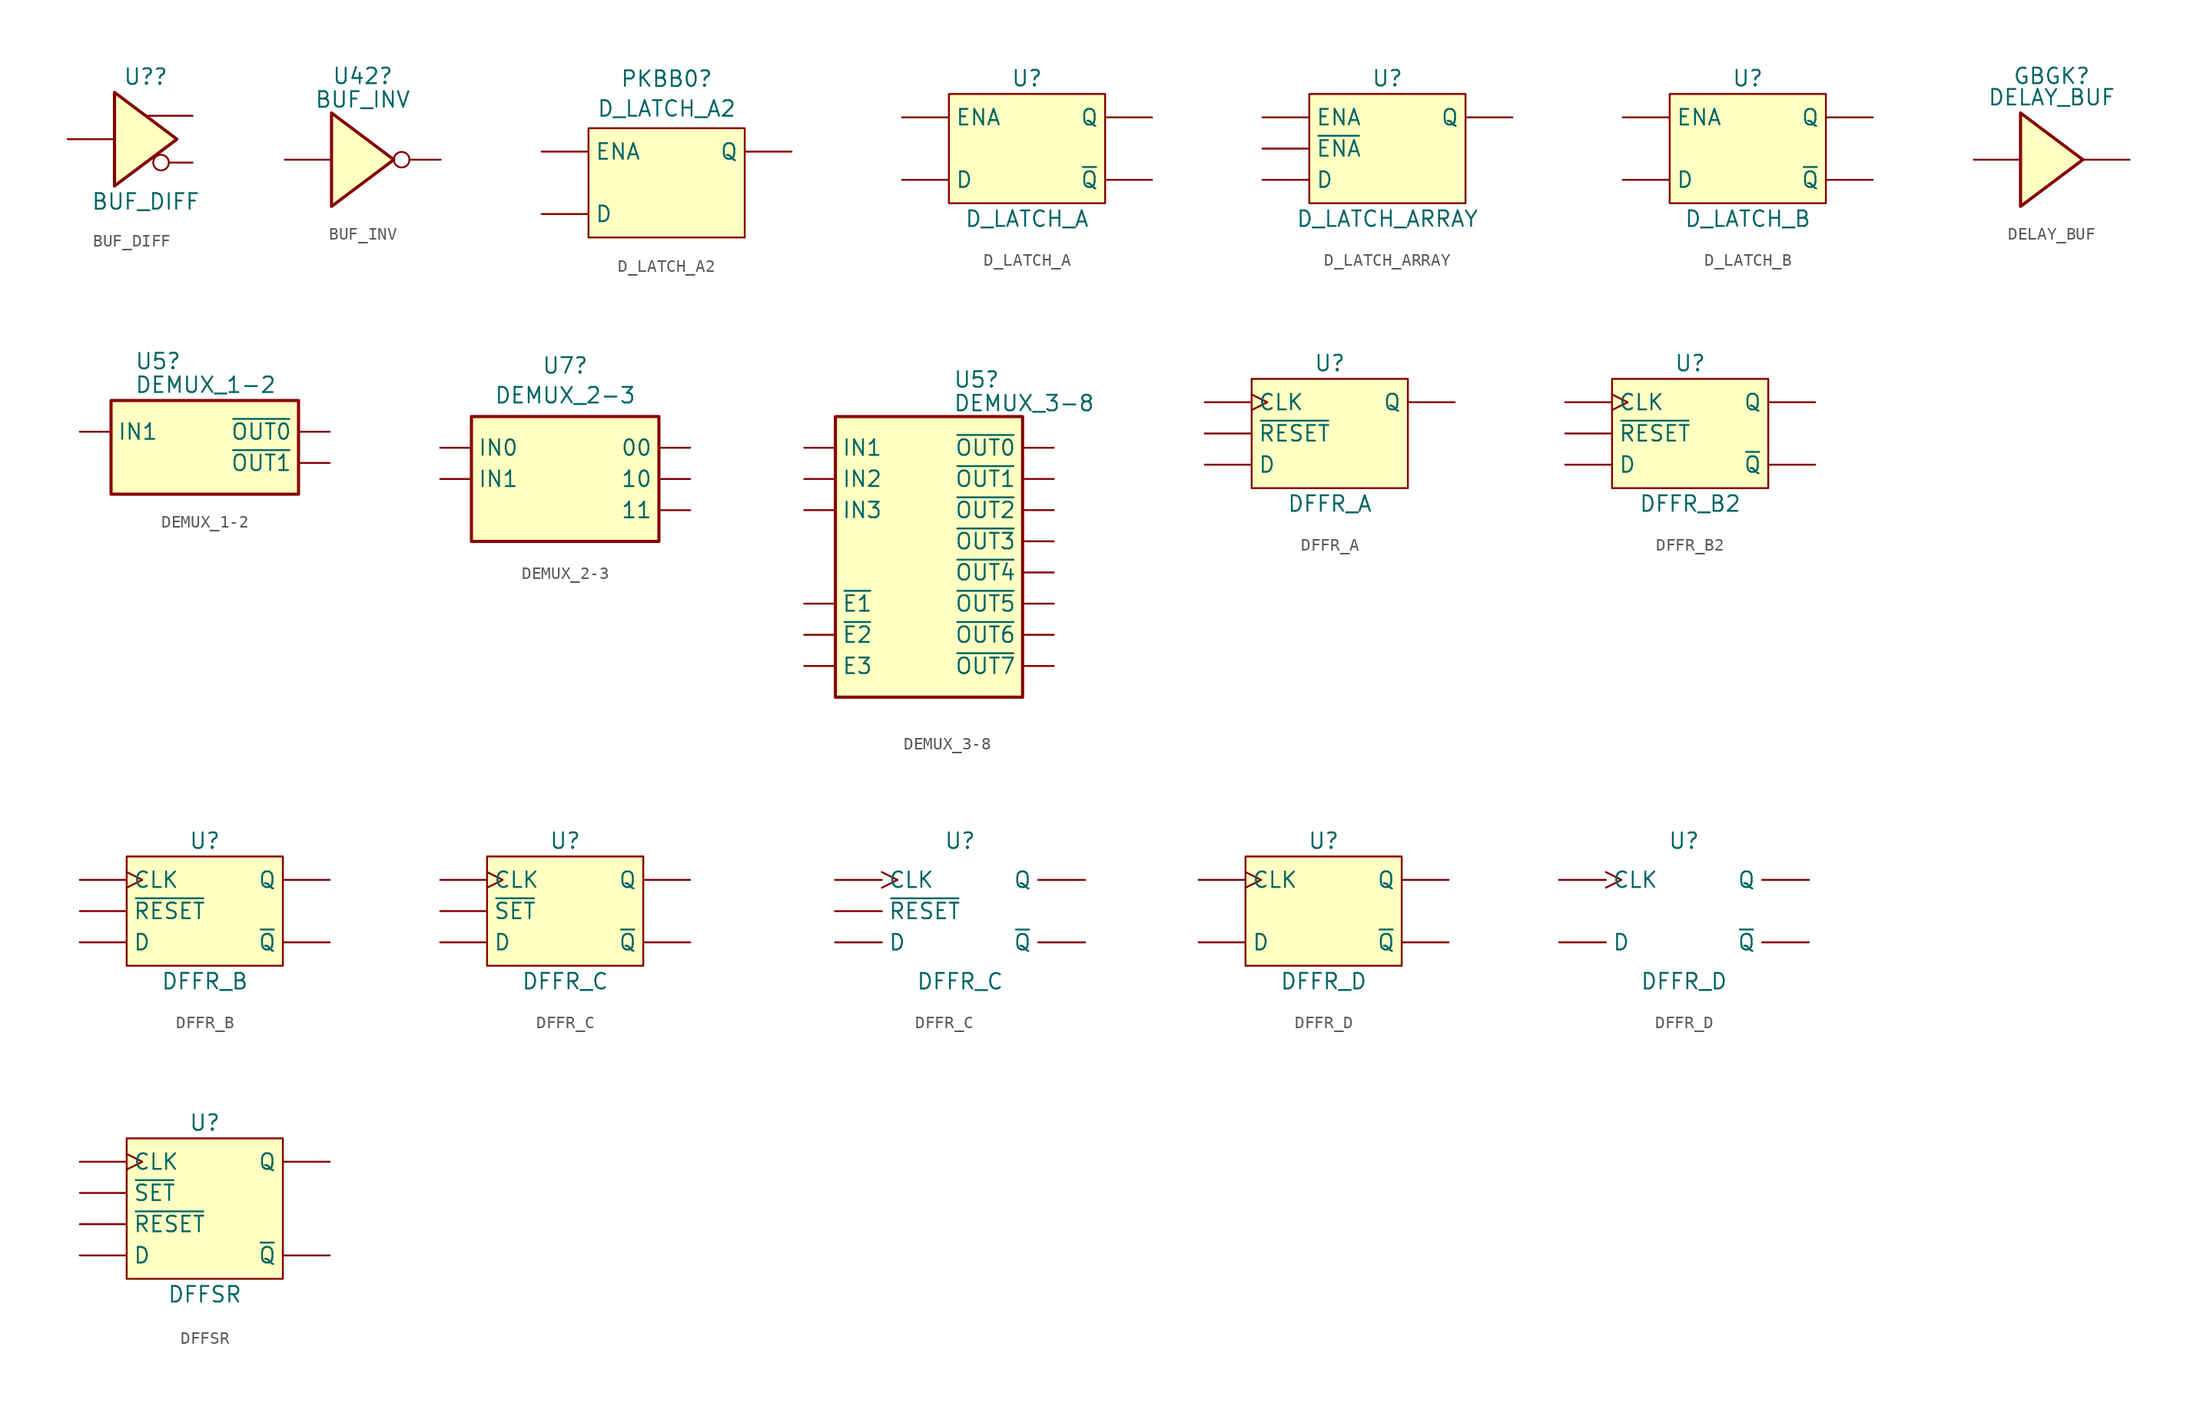
<source format=kicad_sym>
(kicad_symbol_lib
  (version 20220914)
  (generator kicad_symbol_editor)
  (symbol "BUF_DIFF"
    (pin_numbers hide)
    (pin_names hide)
    (property "Reference" "U?"
      (at 0 5.08 0)
      (effects (font (size 1.27 1.27))))
    (property "Value" "BUF_DIFF"
      (at 0 -5.08 0)
      (effects (font (size 1.27 1.27))))
    (symbol "BUF_DIFF_1_0"
      (polyline (pts (xy -2.54 3.81) (xy -2.54 -3.81) (xy 2.54 0) (xy -2.54 3.81)) (stroke (width 0.254) (type default)) (fill (type background)))
      (pin input line (at -6.35 0 0) (length 3.81) (name "~" (effects (font (size 1.27 1.27)))) (number "1" (effects (font (size 1.27 1.27)))))
      (pin output inverted (at 3.81 -1.905 180) (length 3.2) (name "~" (effects (font (size 1.27 1.27)))) (number "2" (effects (font (size 1.27 1.27)))))
      (pin output line (at 3.81 1.905 180) (length 3.81) (name "~" (effects (font (size 1.27 1.27)))) (number "2" (effects (font (size 1.27 1.27)))))))
  (symbol "BUF_INV"
    (pin_numbers hide)
    (pin_names hide)
    (property "Reference" "U42"
      (at 0 6.82 0)
      (effects (font (size 1.27 1.27))))
    (property "Value" "BUF_INV"
      (at 0 4.899 0)
      (effects (font (size 1.27 1.27))))
    (symbol "BUF_INV_1_0"
      (polyline (pts (xy -2.54 3.81) (xy -2.54 -3.81) (xy 2.54 0) (xy -2.54 3.81)) (stroke (width 0.254) (type default)) (fill (type background)))
      (pin input line (at -6.35 0 0) (length 3.81) (name "~" (effects (font (size 1.27 1.27)))) (number "1" (effects (font (size 1.27 1.27)))))
      (pin output inverted (at 6.35 0 180) (length 3.81) (name "~" (effects (font (size 1.27 1.27)))) (number "2" (effects (font (size 1.27 1.27)))))))
  (symbol "D_LATCH_A2"
    (pin_numbers hide)
    (property "Reference" "PKBB0"
      (at 0 8.462 0)
      (effects (font (size 1.27 1.27))))
    (property "Value" "D_LATCH_A2"
      (at 0 6.038 0)
      (effects (font (size 1.27 1.27))))
    (symbol "D_LATCH_A2_0_1"
      (rectangle (start -6.35 4.445) (end 6.35 -4.445) (stroke (width 0) (type default)) (fill (type background))))
    (symbol "D_LATCH_A2_1_1"
      (pin input line (at -10.16 2.54 0) (length 3.81) hide (name "~{ENA}" (effects (font (size 1.27 1.27)))) (number "1" (effects (font (size 1.27 1.27)))))
      (pin input line (at -10.16 -2.54 0) (length 3.81) (name "D" (effects (font (size 1.27 1.27)))) (number "2" (effects (font (size 1.27 1.27)))))
      (pin input line (at -10.16 2.54 0) (length 3.81) (name "ENA" (effects (font (size 1.27 1.27)))) (number "3" (effects (font (size 1.27 1.27)))))
      (pin output line (at 10.16 2.54 180) (length 3.81) (name "Q" (effects (font (size 1.27 1.27)))) (number "4" (effects (font (size 1.27 1.27)))))))
  (symbol "D_LATCH_A"
    (pin_numbers hide)
    (property "Reference" "U"
      (at 0 5.715 0)
      (effects (font (size 1.27 1.27))))
    (property "Value" "D_LATCH_A"
      (at 0 -5.715 0)
      (effects (font (size 1.27 1.27))))
    (symbol "D_LATCH_A_0_1"
      (rectangle (start -6.35 4.445) (end 6.35 -4.445) (stroke (width 0) (type default)) (fill (type background))))
    (symbol "D_LATCH_A_1_1"
      (pin input line (at -10.16 2.54 0) (length 3.81) hide (name "~{ENA}" (effects (font (size 1.27 1.27)))) (number "1" (effects (font (size 1.27 1.27)))))
      (pin input line (at -10.16 -2.54 0) (length 3.81) (name "D" (effects (font (size 1.27 1.27)))) (number "2" (effects (font (size 1.27 1.27)))))
      (pin input line (at -10.16 2.54 0) (length 3.81) (name "ENA" (effects (font (size 1.27 1.27)))) (number "3" (effects (font (size 1.27 1.27)))))
      (pin output line (at 10.16 2.54 180) (length 3.81) (name "Q" (effects (font (size 1.27 1.27)))) (number "4" (effects (font (size 1.27 1.27)))))
      (pin output line (at 10.16 -2.54 180) (length 3.81) (name "~{Q}" (effects (font (size 1.27 1.27)))) (number "5" (effects (font (size 1.27 1.27)))))))
  (symbol "D_LATCH_ARRAY"
    (pin_numbers hide)
    (property "Reference" "U"
      (at 0 5.715 0)
      (effects (font (size 1.27 1.27))))
    (property "Value" "D_LATCH_ARRAY"
      (at 0 -5.715 0)
      (effects (font (size 1.27 1.27))))
    (symbol "D_LATCH_ARRAY_0_1"
      (rectangle (start -6.35 4.445) (end 6.35 -4.445) (stroke (width 0) (type default)) (fill (type background))))
    (symbol "D_LATCH_ARRAY_1_1"
      (pin input line (at -10.16 0 0) (length 3.81) (name "~{ENA}" (effects (font (size 1.27 1.27)))) (number "1" (effects (font (size 1.27 1.27)))))
      (pin input line (at -10.16 -2.54 0) (length 3.81) (name "D" (effects (font (size 1.27 1.27)))) (number "2" (effects (font (size 1.27 1.27)))))
      (pin input line (at -10.16 2.54 0) (length 3.81) (name "ENA" (effects (font (size 1.27 1.27)))) (number "3" (effects (font (size 1.27 1.27)))))
      (pin output line (at 10.16 2.54 180) (length 3.81) (name "Q" (effects (font (size 1.27 1.27)))) (number "4" (effects (font (size 1.27 1.27)))))))
  (symbol "D_LATCH_B"
    (pin_numbers hide)
    (property "Reference" "U"
      (at 0 5.715 0)
      (effects (font (size 1.27 1.27))))
    (property "Value" "D_LATCH_B"
      (at 0 -5.715 0)
      (effects (font (size 1.27 1.27))))
    (symbol "D_LATCH_B_0_1"
      (rectangle (start -6.35 4.445) (end 6.35 -4.445) (stroke (width 0) (type default)) (fill (type background))))
    (symbol "D_LATCH_B_1_1"
      (pin input line (at -10.16 2.54 0) (length 3.81) (name "ENA" (effects (font (size 1.27 1.27)))) (number "1" (effects (font (size 1.27 1.27)))))
      (pin input line (at -10.16 -2.54 0) (length 3.81) (name "D" (effects (font (size 1.27 1.27)))) (number "2" (effects (font (size 1.27 1.27)))))
      (pin output line (at 10.16 2.54 180) (length 3.81) (name "Q" (effects (font (size 1.27 1.27)))) (number "3" (effects (font (size 1.27 1.27)))))
      (pin output line (at 10.16 -2.54 180) (length 3.81) (name "~{Q}" (effects (font (size 1.27 1.27)))) (number "4" (effects (font (size 1.27 1.27)))))))
  (symbol "DELAY_BUF"
    (pin_numbers hide)
    (pin_names hide)
    (property "Reference" "GBGK"
      (at 0 6.82 0)
      (effects (font (size 1.27 1.27))))
    (property "Value" "DELAY_BUF"
      (at 0 5.08 0)
      (effects (font (size 1.27 1.27))))
    (symbol "DELAY_BUF_1_0"
      (polyline (pts (xy -2.54 3.81) (xy -2.54 -3.81) (xy 2.54 0) (xy -2.54 3.81)) (stroke (width 0.254) (type default)) (fill (type background)))
      (pin input line (at -6.35 0 0) (length 3.81) (name "~" (effects (font (size 1.27 1.27)))) (number "1" (effects (font (size 1.27 1.27)))))
      (pin output line (at 6.35 0 180) (length 3.81) (name "~" (effects (font (size 1.27 1.27)))) (number "2" (effects (font (size 1.27 1.27)))))))
  (symbol "DEMUX_1-2"
    (property "Reference" "U5"
      (at -5.715 15.891 0)
      (effects (font (size 1.27 1.27)) (justify left)))
    (property "Value" "DEMUX_1-2"
      (at -5.715 13.97 0)
      (effects (font (size 1.27 1.27)) (justify left)))
    (symbol "DEMUX_1-2_0_1"
      (rectangle (start -7.62 12.7) (end 7.62 5.08) (stroke (width 0.254) (type default)) (fill (type background))))
    (symbol "DEMUX_1-2_1_1"
      (pin input line (at -10.16 10.16 0) (length 2.54) (name "IN1" (effects (font (size 1.27 1.27)))) (number "" (effects (font (size 1.27 1.27)))))
      (pin output line (at 10.16 10.16 180) (length 2.54) (name "~{OUT0}" (effects (font (size 1.27 1.27)))) (number "" (effects (font (size 1.27 1.27)))))
      (pin output line (at 10.16 7.62 180) (length 2.54) (name "~{OUT1}" (effects (font (size 1.27 1.27)))) (number "" (effects (font (size 1.27 1.27)))))))
  (symbol "DEMUX_2-3"
    (property "Reference" "U7"
      (at 0 16.844 0)
      (effects (font (size 1.27 1.27))))
    (property "Value" "DEMUX_2-3"
      (at 0 14.42 0)
      (effects (font (size 1.27 1.27))))
    (symbol "DEMUX_2-3_0_1"
      (rectangle (start -7.62 12.7) (end 7.62 2.54) (stroke (width 0.254) (type default)) (fill (type background))))
    (symbol "DEMUX_2-3_1_1"
      (pin output line (at 10.16 10.16 180) (length 2.54) (name "00" (effects (font (size 1.27 1.27)))) (number "" (effects (font (size 1.27 1.27)))))
      (pin output line (at 10.16 7.62 180) (length 2.54) (name "10" (effects (font (size 1.27 1.27)))) (number "" (effects (font (size 1.27 1.27)))))
      (pin output line (at 10.16 5.08 180) (length 2.54) (name "11" (effects (font (size 1.27 1.27)))) (number "" (effects (font (size 1.27 1.27)))))
      (pin input line (at -10.16 10.16 0) (length 2.54) (name "IN0" (effects (font (size 1.27 1.27)))) (number "" (effects (font (size 1.27 1.27)))))
      (pin input line (at -10.16 7.62 0) (length 2.54) (name "IN1" (effects (font (size 1.27 1.27)))) (number "" (effects (font (size 1.27 1.27)))))))
  (symbol "DEMUX_3-8"
    (property "Reference" "U5"
      (at 1.956 15.71 0)
      (effects (font (size 1.27 1.27)) (justify left)))
    (property "Value" "DEMUX_3-8"
      (at 1.956 13.789 0)
      (effects (font (size 1.27 1.27)) (justify left)))
    (symbol "DEMUX_3-8_0_1"
      (rectangle (start -7.62 12.7) (end 7.62 -10.16) (stroke (width 0.254) (type default)) (fill (type background))))
    (symbol "DEMUX_3-8_1_1"
      (pin input line (at -10.16 -7.62 0) (length 2.54) (name "E3" (effects (font (size 1.27 1.27)))) (number "" (effects (font (size 1.27 1.27)))))
      (pin input line (at -10.16 10.16 0) (length 2.54) (name "IN1" (effects (font (size 1.27 1.27)))) (number "" (effects (font (size 1.27 1.27)))))
      (pin input line (at -10.16 7.62 0) (length 2.54) (name "IN2" (effects (font (size 1.27 1.27)))) (number "" (effects (font (size 1.27 1.27)))))
      (pin input line (at -10.16 5.08 0) (length 2.54) (name "IN3" (effects (font (size 1.27 1.27)))) (number "" (effects (font (size 1.27 1.27)))))
      (pin input line (at -10.16 -2.54 0) (length 2.54) (name "~{E1}" (effects (font (size 1.27 1.27)))) (number "" (effects (font (size 1.27 1.27)))))
      (pin input line (at -10.16 -5.08 0) (length 2.54) (name "~{E2}" (effects (font (size 1.27 1.27)))) (number "" (effects (font (size 1.27 1.27)))))
      (pin output line (at 10.16 10.16 180) (length 2.54) (name "~{OUT0}" (effects (font (size 1.27 1.27)))) (number "" (effects (font (size 1.27 1.27)))))
      (pin output line (at 10.16 7.62 180) (length 2.54) (name "~{OUT1}" (effects (font (size 1.27 1.27)))) (number "" (effects (font (size 1.27 1.27)))))
      (pin output line (at 10.16 5.08 180) (length 2.54) (name "~{OUT2}" (effects (font (size 1.27 1.27)))) (number "" (effects (font (size 1.27 1.27)))))
      (pin output line (at 10.16 2.54 180) (length 2.54) (name "~{OUT3}" (effects (font (size 1.27 1.27)))) (number "" (effects (font (size 1.27 1.27)))))
      (pin output line (at 10.16 0 180) (length 2.54) (name "~{OUT4}" (effects (font (size 1.27 1.27)))) (number "" (effects (font (size 1.27 1.27)))))
      (pin output line (at 10.16 -2.54 180) (length 2.54) (name "~{OUT5}" (effects (font (size 1.27 1.27)))) (number "" (effects (font (size 1.27 1.27)))))
      (pin output line (at 10.16 -5.08 180) (length 2.54) (name "~{OUT6}" (effects (font (size 1.27 1.27)))) (number "" (effects (font (size 1.27 1.27)))))
      (pin output line (at 10.16 -7.62 180) (length 2.54) (name "~{OUT7}" (effects (font (size 1.27 1.27)))) (number "" (effects (font (size 1.27 1.27)))))))
  (symbol "DFFR_A"
    (pin_numbers hide)
    (property "Reference" "U"
      (at 0 5.715 0)
      (effects (font (size 1.27 1.27))))
    (property "Value" "DFFR_A"
      (at 0 -5.715 0)
      (effects (font (size 1.27 1.27))))
    (symbol "DFFR_A_0_1"
      (rectangle (start -6.35 4.445) (end 6.35 -4.445) (stroke (width 0) (type default)) (fill (type background))))
    (symbol "DFFR_A_1_1"
      (pin input line (at -10.16 0 0) (length 3.81) (name "~{RESET}" (effects (font (size 1.27 1.27)))) (number "1" (effects (font (size 1.27 1.27)))))
      (pin input line (at -10.16 -2.54 0) (length 3.81) (name "D" (effects (font (size 1.27 1.27)))) (number "2" (effects (font (size 1.27 1.27)))))
      (pin input clock (at -10.16 2.54 0) (length 3.81) (name "CLK" (effects (font (size 1.27 1.27)))) (number "3" (effects (font (size 1.27 1.27)))))
      (pin input clock (at -10.16 2.54 0) (length 3.81) hide (name "~{CLK}" (effects (font (size 1.27 1.27)))) (number "4" (effects (font (size 1.27 1.27)))))
      (pin input line (at -10.16 0 0) (length 3.81) hide (name "~{RESET}" (effects (font (size 1.27 1.27)))) (number "5" (effects (font (size 1.27 1.27)))))
      (pin output line (at 10.16 2.54 180) (length 3.81) (name "Q" (effects (font (size 1.27 1.27)))) (number "6" (effects (font (size 1.27 1.27)))))))
  (symbol "DFFR_B2"
    (pin_numbers hide)
    (property "Reference" "U"
      (at 0 5.715 0)
      (effects (font (size 1.27 1.27))))
    (property "Value" "DFFR_B2"
      (at 0 -5.715 0)
      (effects (font (size 1.27 1.27))))
    (symbol "DFFR_B2_0_1"
      (rectangle (start -6.35 4.445) (end 6.35 -4.445) (stroke (width 0) (type default)) (fill (type background))))
    (symbol "DFFR_B2_1_1"
      (pin input clock (at -10.16 2.54 0) (length 3.81) (name "CLK" (effects (font (size 1.27 1.27)))) (number "1" (effects (font (size 1.27 1.27)))))
      (pin input line (at -10.16 0 0) (length 3.81) (name "~{RESET}" (effects (font (size 1.27 1.27)))) (number "2" (effects (font (size 1.27 1.27)))))
      (pin input line (at -10.16 -2.54 0) (length 3.81) (name "D" (effects (font (size 1.27 1.27)))) (number "3" (effects (font (size 1.27 1.27)))))
      (pin input line (at -10.16 0 0) (length 3.81) hide (name "~{RESET}" (effects (font (size 1.27 1.27)))) (number "4" (effects (font (size 1.27 1.27)))))
      (pin output line (at 10.16 -2.54 180) (length 3.81) (name "~{Q}" (effects (font (size 1.27 1.27)))) (number "5" (effects (font (size 1.27 1.27)))))
      (pin output line (at 10.16 2.54 180) (length 3.81) (name "Q" (effects (font (size 1.27 1.27)))) (number "6" (effects (font (size 1.27 1.27)))))))
  (symbol "DFFR_B"
    (pin_numbers hide)
    (property "Reference" "U"
      (at 0 5.715 0)
      (effects (font (size 1.27 1.27))))
    (property "Value" "DFFR_B"
      (at 0 -5.715 0)
      (effects (font (size 1.27 1.27))))
    (symbol "DFFR_B_0_1"
      (rectangle (start -6.35 4.445) (end 6.35 -4.445) (stroke (width 0) (type default)) (fill (type background))))
    (symbol "DFFR_B_1_1"
      (pin input line (at -10.16 0 0) (length 3.81) (name "~{RESET}" (effects (font (size 1.27 1.27)))) (number "1" (effects (font (size 1.27 1.27)))))
      (pin input line (at -10.16 -2.54 0) (length 3.81) (name "D" (effects (font (size 1.27 1.27)))) (number "2" (effects (font (size 1.27 1.27)))))
      (pin input clock (at -10.16 2.54 0) (length 3.81) (name "CLK" (effects (font (size 1.27 1.27)))) (number "3" (effects (font (size 1.27 1.27)))))
      (pin input clock (at -10.16 2.54 0) (length 3.81) hide (name "~{CLK}" (effects (font (size 1.27 1.27)))) (number "4" (effects (font (size 1.27 1.27)))))
      (pin input line (at -10.16 0 0) (length 3.81) hide (name "~{RESET}" (effects (font (size 1.27 1.27)))) (number "5" (effects (font (size 1.27 1.27)))))
      (pin output line (at 10.16 -2.54 180) (length 3.81) (name "~{Q}" (effects (font (size 1.27 1.27)))) (number "6" (effects (font (size 1.27 1.27)))))
      (pin output line (at 10.16 2.54 180) (length 3.81) (name "Q" (effects (font (size 1.27 1.27)))) (number "7" (effects (font (size 1.27 1.27)))))))
  (symbol "DFFR_C"
    (pin_numbers hide)
    (property "Reference" "U"
      (at 0 5.715 0)
      (effects (font (size 1.27 1.27))))
    (property "Value" "DFFR_C"
      (at 0 -5.715 0)
      (effects (font (size 1.27 1.27))))
    (symbol "DFFR_C_0_1"
      (rectangle (start -6.35 4.445) (end 6.35 -4.445) (stroke (width 0) (type default)) (fill (type background))))
    (symbol "DFFR_C_1_1"
      (pin input line (at -10.16 0 0) (length 3.81) (name "~{SET}" (effects (font (size 1.27 1.27)))) (number "1" (effects (font (size 1.27 1.27)))))
      (pin input line (at -10.16 -2.54 0) (length 3.81) (name "D" (effects (font (size 1.27 1.27)))) (number "2" (effects (font (size 1.27 1.27)))))
      (pin input clock (at -10.16 2.54 0) (length 3.81) (name "CLK" (effects (font (size 1.27 1.27)))) (number "3" (effects (font (size 1.27 1.27)))))
      (pin input clock (at -10.16 2.54 0) (length 3.81) hide (name "~{CLK}" (effects (font (size 1.27 1.27)))) (number "4" (effects (font (size 1.27 1.27)))))
      (pin input line (at -10.16 0 0) (length 3.81) hide (name "~{SET}" (effects (font (size 1.27 1.27)))) (number "5" (effects (font (size 1.27 1.27)))))
      (pin output line (at 10.16 -2.54 180) (length 3.81) (name "~{Q}" (effects (font (size 1.27 1.27)))) (number "6" (effects (font (size 1.27 1.27)))))
      (pin output line (at 10.16 2.54 180) (length 3.81) (name "Q" (effects (font (size 1.27 1.27)))) (number "7" (effects (font (size 1.27 1.27))))))
    (symbol "DFFR_C_1_2"
      (pin input line (at -10.16 0 0) (length 3.81) (name "~{RESET}" (effects (font (size 1.27 1.27)))) (number "1" (effects (font (size 1.27 1.27)))))
      (pin input line (at -10.16 -2.54 0) (length 3.81) (name "D" (effects (font (size 1.27 1.27)))) (number "2" (effects (font (size 1.27 1.27)))))
      (pin input clock (at -10.16 2.54 0) (length 3.81) (name "CLK" (effects (font (size 1.27 1.27)))) (number "3" (effects (font (size 1.27 1.27)))))
      (pin input clock (at -10.16 2.54 0) (length 3.81) hide (name "~{CLK}" (effects (font (size 1.27 1.27)))) (number "4" (effects (font (size 1.27 1.27)))))
      (pin input line (at -12.7 5.715 0) (length 3.81) hide (name "~{SET}" (effects (font (size 1.27 1.27)))) (number "5" (effects (font (size 1.27 1.27)))))
      (pin output line (at 10.16 -2.54 180) (length 3.81) (name "~{Q}" (effects (font (size 1.27 1.27)))) (number "6" (effects (font (size 1.27 1.27)))))
      (pin output line (at 10.16 2.54 180) (length 3.81) (name "Q" (effects (font (size 1.27 1.27)))) (number "7" (effects (font (size 1.27 1.27)))))))
  (symbol "DFFR_D"
    (pin_numbers hide)
    (property "Reference" "U"
      (at 0 5.715 0)
      (effects (font (size 1.27 1.27))))
    (property "Value" "DFFR_D"
      (at 0 -5.715 0)
      (effects (font (size 1.27 1.27))))
    (symbol "DFFR_D_0_1"
      (rectangle (start -6.35 4.445) (end 6.35 -4.445) (stroke (width 0) (type default)) (fill (type background))))
    (symbol "DFFR_D_1_1"
      (pin input clock (at -10.16 2.54 0) (length 3.81) (name "CLK" (effects (font (size 1.27 1.27)))) (number "1" (effects (font (size 1.27 1.27)))))
      (pin input line (at -10.16 -2.54 0) (length 3.81) (name "D" (effects (font (size 1.27 1.27)))) (number "2" (effects (font (size 1.27 1.27)))))
      (pin output line (at 10.16 -2.54 180) (length 3.81) (name "~{Q}" (effects (font (size 1.27 1.27)))) (number "7" (effects (font (size 1.27 1.27)))))
      (pin output line (at 10.16 2.54 180) (length 3.81) (name "Q" (effects (font (size 1.27 1.27)))) (number "8" (effects (font (size 1.27 1.27))))))
    (symbol "DFFR_D_1_2"
      (pin input clock (at -10.16 2.54 0) (length 3.81) (name "CLK" (effects (font (size 1.27 1.27)))) (number "1" (effects (font (size 1.27 1.27)))))
      (pin input line (at -10.16 -2.54 0) (length 3.81) (name "D" (effects (font (size 1.27 1.27)))) (number "2" (effects (font (size 1.27 1.27)))))
      (pin output line (at 10.16 -2.54 180) (length 3.81) (name "~{Q}" (effects (font (size 1.27 1.27)))) (number "7" (effects (font (size 1.27 1.27)))))
      (pin output line (at 10.16 2.54 180) (length 3.81) (name "Q" (effects (font (size 1.27 1.27)))) (number "8" (effects (font (size 1.27 1.27)))))))
  (symbol "DFFSR"
    (pin_numbers hide)
    (property "Reference" "U"
      (at 0 6.985 0)
      (effects (font (size 1.27 1.27))))
    (property "Value" "DFFSR"
      (at 0 -6.985 0)
      (effects (font (size 1.27 1.27))))
    (symbol "DFFSR_0_1"
      (rectangle (start -6.35 5.715) (end 6.35 -5.715) (stroke (width 0) (type default)) (fill (type background))))
    (symbol "DFFSR_1_1"
      (pin input line (at -10.16 1.27 0) (length 3.81) (name "~{SET}" (effects (font (size 1.27 1.27)))) (number "1" (effects (font (size 1.27 1.27)))))
      (pin input line (at -10.16 -3.81 0) (length 3.81) (name "D" (effects (font (size 1.27 1.27)))) (number "2" (effects (font (size 1.27 1.27)))))
      (pin input line (at -10.16 1.27 0) (length 3.81) hide (name "~{SET}" (effects (font (size 1.27 1.27)))) (number "3" (effects (font (size 1.27 1.27)))))
      (pin output line (at 10.16 -3.81 180) (length 3.81) (name "~{Q}" (effects (font (size 1.27 1.27)))) (number "4" (effects (font (size 1.27 1.27)))))
      (pin output line (at 10.16 3.81 180) (length 3.81) (name "Q" (effects (font (size 1.27 1.27)))) (number "5" (effects (font (size 1.27 1.27)))))
      (pin input line (at -10.16 -1.27 0) (length 3.81) (name "~{RESET}" (effects (font (size 1.27 1.27)))) (number "6" (effects (font (size 1.27 1.27)))))
      (pin input clock (at -10.16 3.81 0) (length 3.81) (name "CLK" (effects (font (size 1.27 1.27)))) (number "7" (effects (font (size 1.27 1.27))))))))
</source>
